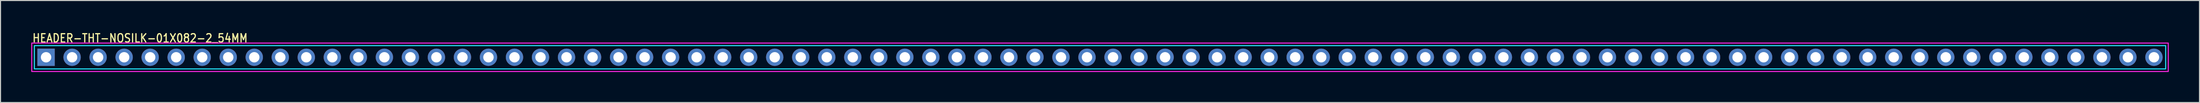
<source format=kicad_pcb>
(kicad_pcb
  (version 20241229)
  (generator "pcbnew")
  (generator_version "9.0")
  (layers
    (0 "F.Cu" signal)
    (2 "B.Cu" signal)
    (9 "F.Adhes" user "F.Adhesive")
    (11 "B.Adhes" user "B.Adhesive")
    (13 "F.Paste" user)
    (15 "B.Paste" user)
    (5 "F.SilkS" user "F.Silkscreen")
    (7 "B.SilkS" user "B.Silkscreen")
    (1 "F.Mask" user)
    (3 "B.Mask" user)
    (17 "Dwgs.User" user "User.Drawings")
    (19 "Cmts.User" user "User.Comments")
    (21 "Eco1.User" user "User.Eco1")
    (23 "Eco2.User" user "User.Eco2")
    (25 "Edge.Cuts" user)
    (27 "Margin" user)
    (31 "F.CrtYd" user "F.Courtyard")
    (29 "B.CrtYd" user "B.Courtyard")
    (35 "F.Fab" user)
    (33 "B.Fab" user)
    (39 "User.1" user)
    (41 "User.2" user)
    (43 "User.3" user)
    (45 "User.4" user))
  (footprint "HEADER-THT-NOSILK-01X082-2_54MM"
    (layer "F.Cu")
    (at 1.447 2.579)
    (property "Reference" "HEADER-THT-NOSILK-01X082-2_54MM" (at -1.4 -1.4 0) (unlocked yes) (layer "F.SilkS") (effects (font (size 0.813 0.695) (thickness 0.122)) (justify left bottom)))
    (fp_poly (pts (xy -1.143 -1.143) (xy 206.883 -1.143) (xy 206.883 1.143) (xy -1.143 1.143)) (stroke (width 0.1) (type solid)) (fill no) (layer "B.CrtYd"))
    (fp_poly (pts (xy -1.397 -1.397) (xy 207.137 -1.397) (xy 207.137 1.397) (xy -1.397 1.397)) (stroke (width 0.1) (type solid)) (fill no) (layer "F.CrtYd"))
    (pad "P$1" thru_hole rect (at 0 0) (size 1.693 1.693) (drill 1.016) (layers "*.Cu" "*.Mask"))
    (pad "P$2" thru_hole oval (at 2.54 0) (size 1.693 1.693) (drill 1.016) (layers "*.Cu" "*.Mask"))
    (pad "P$3" thru_hole oval (at 5.08 0) (size 1.693 1.693) (drill 1.016) (layers "*.Cu" "*.Mask"))
    (pad "P$4" thru_hole oval (at 7.62 0) (size 1.693 1.693) (drill 1.016) (layers "*.Cu" "*.Mask"))
    (pad "P$5" thru_hole oval (at 10.16 0) (size 1.693 1.693) (drill 1.016) (layers "*.Cu" "*.Mask"))
    (pad "P$6" thru_hole oval (at 12.7 0) (size 1.693 1.693) (drill 1.016) (layers "*.Cu" "*.Mask"))
    (pad "P$7" thru_hole oval (at 15.24 0) (size 1.693 1.693) (drill 1.016) (layers "*.Cu" "*.Mask"))
    (pad "P$8" thru_hole oval (at 17.78 0) (size 1.693 1.693) (drill 1.016) (layers "*.Cu" "*.Mask"))
    (pad "P$9" thru_hole oval (at 20.32 0) (size 1.693 1.693) (drill 1.016) (layers "*.Cu" "*.Mask"))
    (pad "P$10" thru_hole oval (at 22.86 0) (size 1.693 1.693) (drill 1.016) (layers "*.Cu" "*.Mask"))
    (pad "P$11" thru_hole oval (at 25.4 0) (size 1.693 1.693) (drill 1.016) (layers "*.Cu" "*.Mask"))
    (pad "P$12" thru_hole oval (at 27.94 0) (size 1.693 1.693) (drill 1.016) (layers "*.Cu" "*.Mask"))
    (pad "P$13" thru_hole oval (at 30.48 0) (size 1.693 1.693) (drill 1.016) (layers "*.Cu" "*.Mask"))
    (pad "P$14" thru_hole oval (at 33.02 0) (size 1.693 1.693) (drill 1.016) (layers "*.Cu" "*.Mask"))
    (pad "P$15" thru_hole oval (at 35.56 0) (size 1.693 1.693) (drill 1.016) (layers "*.Cu" "*.Mask"))
    (pad "P$16" thru_hole oval (at 38.1 0) (size 1.693 1.693) (drill 1.016) (layers "*.Cu" "*.Mask"))
    (pad "P$17" thru_hole oval (at 40.64 0) (size 1.693 1.693) (drill 1.016) (layers "*.Cu" "*.Mask"))
    (pad "P$18" thru_hole oval (at 43.18 0) (size 1.693 1.693) (drill 1.016) (layers "*.Cu" "*.Mask"))
    (pad "P$19" thru_hole oval (at 45.72 0) (size 1.693 1.693) (drill 1.016) (layers "*.Cu" "*.Mask"))
    (pad "P$20" thru_hole oval (at 48.26 0) (size 1.693 1.693) (drill 1.016) (layers "*.Cu" "*.Mask"))
    (pad "P$21" thru_hole oval (at 50.8 0) (size 1.693 1.693) (drill 1.016) (layers "*.Cu" "*.Mask"))
    (pad "P$22" thru_hole oval (at 53.34 0) (size 1.693 1.693) (drill 1.016) (layers "*.Cu" "*.Mask"))
    (pad "P$23" thru_hole oval (at 55.88 0) (size 1.693 1.693) (drill 1.016) (layers "*.Cu" "*.Mask"))
    (pad "P$24" thru_hole oval (at 58.42 0) (size 1.693 1.693) (drill 1.016) (layers "*.Cu" "*.Mask"))
    (pad "P$25" thru_hole oval (at 60.96 0) (size 1.693 1.693) (drill 1.016) (layers "*.Cu" "*.Mask"))
    (pad "P$26" thru_hole oval (at 63.5 0) (size 1.693 1.693) (drill 1.016) (layers "*.Cu" "*.Mask"))
    (pad "P$27" thru_hole oval (at 66.04 0) (size 1.693 1.693) (drill 1.016) (layers "*.Cu" "*.Mask"))
    (pad "P$28" thru_hole oval (at 68.58 0) (size 1.693 1.693) (drill 1.016) (layers "*.Cu" "*.Mask"))
    (pad "P$29" thru_hole oval (at 71.12 0) (size 1.693 1.693) (drill 1.016) (layers "*.Cu" "*.Mask"))
    (pad "P$30" thru_hole oval (at 73.66 0) (size 1.693 1.693) (drill 1.016) (layers "*.Cu" "*.Mask"))
    (pad "P$31" thru_hole oval (at 76.2 0) (size 1.693 1.693) (drill 1.016) (layers "*.Cu" "*.Mask"))
    (pad "P$32" thru_hole oval (at 78.74 0) (size 1.693 1.693) (drill 1.016) (layers "*.Cu" "*.Mask"))
    (pad "P$33" thru_hole oval (at 81.28 0) (size 1.693 1.693) (drill 1.016) (layers "*.Cu" "*.Mask"))
    (pad "P$34" thru_hole oval (at 83.82 0) (size 1.693 1.693) (drill 1.016) (layers "*.Cu" "*.Mask"))
    (pad "P$35" thru_hole oval (at 86.36 0) (size 1.693 1.693) (drill 1.016) (layers "*.Cu" "*.Mask"))
    (pad "P$36" thru_hole oval (at 88.9 0) (size 1.693 1.693) (drill 1.016) (layers "*.Cu" "*.Mask"))
    (pad "P$37" thru_hole oval (at 91.44 0) (size 1.693 1.693) (drill 1.016) (layers "*.Cu" "*.Mask"))
    (pad "P$38" thru_hole oval (at 93.98 0) (size 1.693 1.693) (drill 1.016) (layers "*.Cu" "*.Mask"))
    (pad "P$39" thru_hole oval (at 96.52 0) (size 1.693 1.693) (drill 1.016) (layers "*.Cu" "*.Mask"))
    (pad "P$40" thru_hole oval (at 99.06 0) (size 1.693 1.693) (drill 1.016) (layers "*.Cu" "*.Mask"))
    (pad "P$41" thru_hole oval (at 101.6 0) (size 1.693 1.693) (drill 1.016) (layers "*.Cu" "*.Mask"))
    (pad "P$42" thru_hole oval (at 104.14 0) (size 1.693 1.693) (drill 1.016) (layers "*.Cu" "*.Mask"))
    (pad "P$43" thru_hole oval (at 106.68 0) (size 1.693 1.693) (drill 1.016) (layers "*.Cu" "*.Mask"))
    (pad "P$44" thru_hole oval (at 109.22 0) (size 1.693 1.693) (drill 1.016) (layers "*.Cu" "*.Mask"))
    (pad "P$45" thru_hole oval (at 111.76 0) (size 1.693 1.693) (drill 1.016) (layers "*.Cu" "*.Mask"))
    (pad "P$46" thru_hole oval (at 114.3 0) (size 1.693 1.693) (drill 1.016) (layers "*.Cu" "*.Mask"))
    (pad "P$47" thru_hole oval (at 116.84 0) (size 1.693 1.693) (drill 1.016) (layers "*.Cu" "*.Mask"))
    (pad "P$48" thru_hole oval (at 119.38 0) (size 1.693 1.693) (drill 1.016) (layers "*.Cu" "*.Mask"))
    (pad "P$49" thru_hole oval (at 121.92 0) (size 1.693 1.693) (drill 1.016) (layers "*.Cu" "*.Mask"))
    (pad "P$50" thru_hole oval (at 124.46 0) (size 1.693 1.693) (drill 1.016) (layers "*.Cu" "*.Mask"))
    (pad "P$51" thru_hole oval (at 127 0) (size 1.693 1.693) (drill 1.016) (layers "*.Cu" "*.Mask"))
    (pad "P$52" thru_hole oval (at 129.54 0) (size 1.693 1.693) (drill 1.016) (layers "*.Cu" "*.Mask"))
    (pad "P$53" thru_hole oval (at 132.08 0) (size 1.693 1.693) (drill 1.016) (layers "*.Cu" "*.Mask"))
    (pad "P$54" thru_hole oval (at 134.62 0) (size 1.693 1.693) (drill 1.016) (layers "*.Cu" "*.Mask"))
    (pad "P$55" thru_hole oval (at 137.16 0) (size 1.693 1.693) (drill 1.016) (layers "*.Cu" "*.Mask"))
    (pad "P$56" thru_hole oval (at 139.7 0) (size 1.693 1.693) (drill 1.016) (layers "*.Cu" "*.Mask"))
    (pad "P$57" thru_hole oval (at 142.24 0) (size 1.693 1.693) (drill 1.016) (layers "*.Cu" "*.Mask"))
    (pad "P$58" thru_hole oval (at 144.78 0) (size 1.693 1.693) (drill 1.016) (layers "*.Cu" "*.Mask"))
    (pad "P$59" thru_hole oval (at 147.32 0) (size 1.693 1.693) (drill 1.016) (layers "*.Cu" "*.Mask"))
    (pad "P$60" thru_hole oval (at 149.86 0) (size 1.693 1.693) (drill 1.016) (layers "*.Cu" "*.Mask"))
    (pad "P$61" thru_hole oval (at 152.4 0) (size 1.693 1.693) (drill 1.016) (layers "*.Cu" "*.Mask"))
    (pad "P$62" thru_hole oval (at 154.94 0) (size 1.693 1.693) (drill 1.016) (layers "*.Cu" "*.Mask"))
    (pad "P$63" thru_hole oval (at 157.48 0) (size 1.693 1.693) (drill 1.016) (layers "*.Cu" "*.Mask"))
    (pad "P$64" thru_hole oval (at 160.02 0) (size 1.693 1.693) (drill 1.016) (layers "*.Cu" "*.Mask"))
    (pad "P$65" thru_hole oval (at 162.56 0) (size 1.693 1.693) (drill 1.016) (layers "*.Cu" "*.Mask"))
    (pad "P$66" thru_hole oval (at 165.1 0) (size 1.693 1.693) (drill 1.016) (layers "*.Cu" "*.Mask"))
    (pad "P$67" thru_hole oval (at 167.64 0) (size 1.693 1.693) (drill 1.016) (layers "*.Cu" "*.Mask"))
    (pad "P$68" thru_hole oval (at 170.18 0) (size 1.693 1.693) (drill 1.016) (layers "*.Cu" "*.Mask"))
    (pad "P$69" thru_hole oval (at 172.72 0) (size 1.693 1.693) (drill 1.016) (layers "*.Cu" "*.Mask"))
    (pad "P$70" thru_hole oval (at 175.26 0) (size 1.693 1.693) (drill 1.016) (layers "*.Cu" "*.Mask"))
    (pad "P$71" thru_hole oval (at 177.8 0) (size 1.693 1.693) (drill 1.016) (layers "*.Cu" "*.Mask"))
    (pad "P$72" thru_hole oval (at 180.34 0) (size 1.693 1.693) (drill 1.016) (layers "*.Cu" "*.Mask"))
    (pad "P$73" thru_hole oval (at 182.88 0) (size 1.693 1.693) (drill 1.016) (layers "*.Cu" "*.Mask"))
    (pad "P$74" thru_hole oval (at 185.42 0) (size 1.693 1.693) (drill 1.016) (layers "*.Cu" "*.Mask"))
    (pad "P$75" thru_hole oval (at 187.96 0) (size 1.693 1.693) (drill 1.016) (layers "*.Cu" "*.Mask"))
    (pad "P$76" thru_hole oval (at 190.5 0) (size 1.693 1.693) (drill 1.016) (layers "*.Cu" "*.Mask"))
    (pad "P$77" thru_hole oval (at 193.04 0) (size 1.693 1.693) (drill 1.016) (layers "*.Cu" "*.Mask"))
    (pad "P$78" thru_hole oval (at 195.58 0) (size 1.693 1.693) (drill 1.016) (layers "*.Cu" "*.Mask"))
    (pad "P$79" thru_hole oval (at 198.12 0) (size 1.693 1.693) (drill 1.016) (layers "*.Cu" "*.Mask"))
    (pad "P$80" thru_hole oval (at 200.66 0) (size 1.693 1.693) (drill 1.016) (layers "*.Cu" "*.Mask"))
    (pad "P$81" thru_hole oval (at 203.2 0) (size 1.693 1.693) (drill 1.016) (layers "*.Cu" "*.Mask"))
    (pad "P$82" thru_hole oval (at 205.74 0) (size 1.693 1.693) (drill 1.016) (layers "*.Cu" "*.Mask")))
  (gr_rect
    (start -3 -3)
    (end 211.634 7.026)
    (stroke (width 0.1) (type default))
    (fill no)
    (layer "Edge.Cuts")))
</source>
